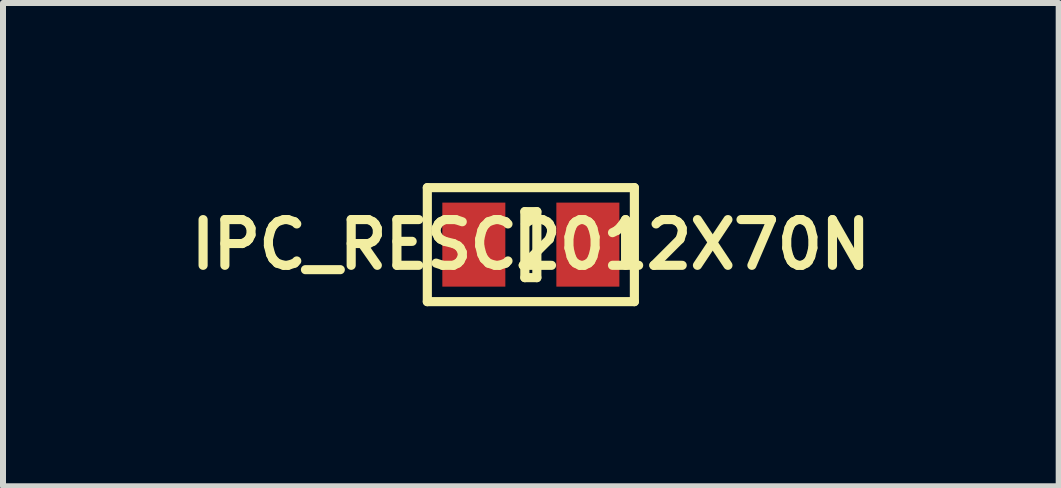
<source format=kicad_pcb>
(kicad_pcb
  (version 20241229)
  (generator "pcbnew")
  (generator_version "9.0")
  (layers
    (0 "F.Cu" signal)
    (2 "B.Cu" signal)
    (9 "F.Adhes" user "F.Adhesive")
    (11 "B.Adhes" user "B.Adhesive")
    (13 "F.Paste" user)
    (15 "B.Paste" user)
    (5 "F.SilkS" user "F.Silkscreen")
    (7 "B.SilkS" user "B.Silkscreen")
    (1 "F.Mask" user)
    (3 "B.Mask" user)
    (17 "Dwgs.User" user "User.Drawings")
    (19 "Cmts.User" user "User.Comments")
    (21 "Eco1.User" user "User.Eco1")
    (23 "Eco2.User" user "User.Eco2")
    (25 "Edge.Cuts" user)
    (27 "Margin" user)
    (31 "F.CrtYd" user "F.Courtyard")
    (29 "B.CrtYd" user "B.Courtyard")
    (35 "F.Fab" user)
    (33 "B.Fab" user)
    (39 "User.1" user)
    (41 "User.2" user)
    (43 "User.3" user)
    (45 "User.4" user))
  (footprint "IPC_RESC2012X70N"
    (layer "F.Cu")
    (at 5.795 1.026)
    (property "Reference" "IPC_RESC2012X70N" (at 0 0 0) (layer "F.SilkS") (effects (font (size 0.762 0.762) (thickness 0.152))))
    (attr through_hole)
    (fp_line (start -1.725 -0.95) (end 1.725 -0.95) (stroke (width 0.152) (type solid)) (layer "F.SilkS"))
    (fp_line (start -1.725 0.95) (end -1.725 -0.95) (stroke (width 0.152) (type solid)) (layer "F.SilkS"))
    (fp_line (start -0.1 -0.55) (end 0.1 -0.55) (stroke (width 0.152) (type solid)) (layer "F.SilkS"))
    (fp_line (start -0.1 0.55) (end -0.1 -0.55) (stroke (width 0.152) (type solid)) (layer "F.SilkS"))
    (fp_line (start 0.1 -0.55) (end 0.1 0.55) (stroke (width 0.152) (type solid)) (layer "F.SilkS"))
    (fp_line (start 0.1 0.55) (end -0.1 0.55) (stroke (width 0.152) (type solid)) (layer "F.SilkS"))
    (fp_line (start 1.725 -0.95) (end 1.725 0.95) (stroke (width 0.152) (type solid)) (layer "F.SilkS"))
    (fp_line (start 1.725 0.95) (end -1.725 0.95) (stroke (width 0.152) (type solid)) (layer "F.SilkS"))
    (pad "1" smd rect (at -0.95 0) (size 1.05 1.4) (layers "F.Cu" "F.Mask" "F.Paste"))
    (pad "2" smd rect (at 0.95 0) (size 1.05 1.4) (layers "F.Cu" "F.Mask" "F.Paste")))
  (gr_rect
    (start -3 -3)
    (end 14.59 5.052)
    (stroke (width 0.1) (type default))
    (fill no)
    (layer "Edge.Cuts")))
</source>
